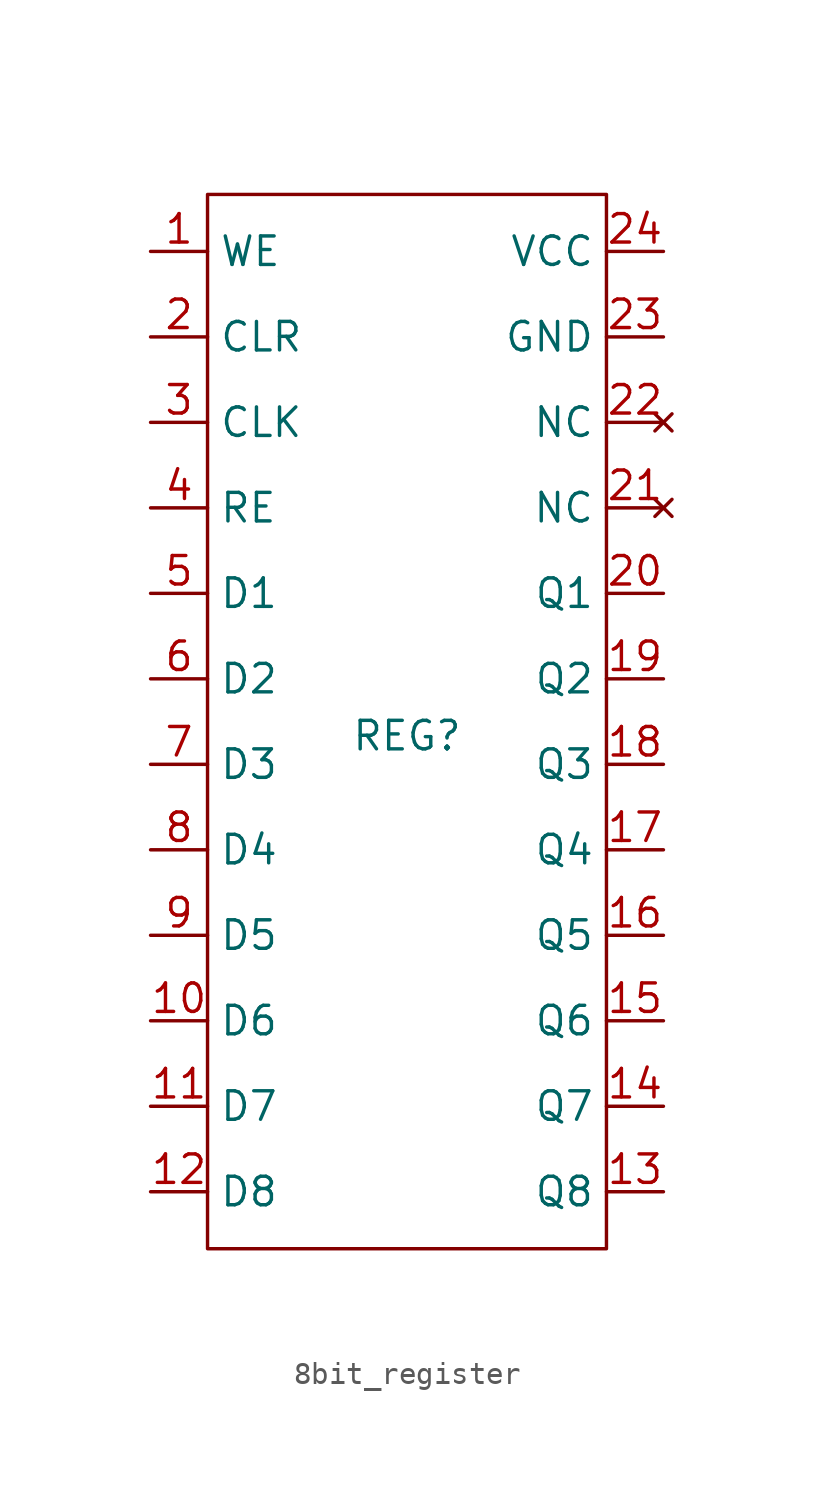
<source format=kicad_sym>
(kicad_symbol_lib
  (version 20241209)
  (generator "kicad_symbol_editor")
  (generator_version "9.0")
  (symbol "8bit_register"
    (property "Reference" "REG"
      (at 0 0 0)
      (effects (font (size 1.27 1.27))))
    (property "Value" ""
      (at 0 0 0)
      (effects (font (size 1.27 1.27))))
    (symbol "8bit_register_0_1"
      (rectangle (start -8.89 24.13) (end 8.89 -22.86) (stroke (width 0) (type default)) (fill (type none))))
    (symbol "8bit_register_1_1"
      (pin input line (at -11.43 21.59 0) (length 2.54) (name "WE" (effects (font (size 1.27 1.27)))) (number "1" (effects (font (size 1.27 1.27)))))
      (pin input line (at -11.43 17.78 0) (length 2.54) (name "CLR" (effects (font (size 1.27 1.27)))) (number "2" (effects (font (size 1.27 1.27)))))
      (pin input line (at -11.43 13.97 0) (length 2.54) (name "CLK" (effects (font (size 1.27 1.27)))) (number "3" (effects (font (size 1.27 1.27)))))
      (pin input line (at -11.43 10.16 0) (length 2.54) (name "RE" (effects (font (size 1.27 1.27)))) (number "4" (effects (font (size 1.27 1.27)))))
      (pin input line (at -11.43 6.35 0) (length 2.54) (name "D1" (effects (font (size 1.27 1.27)))) (number "5" (effects (font (size 1.27 1.27)))))
      (pin input line (at -11.43 2.54 0) (length 2.54) (name "D2" (effects (font (size 1.27 1.27)))) (number "6" (effects (font (size 1.27 1.27)))))
      (pin input line (at -11.43 -1.27 0) (length 2.54) (name "D3" (effects (font (size 1.27 1.27)))) (number "7" (effects (font (size 1.27 1.27)))))
      (pin input line (at -11.43 -5.08 0) (length 2.54) (name "D4" (effects (font (size 1.27 1.27)))) (number "8" (effects (font (size 1.27 1.27)))))
      (pin input line (at -11.43 -8.89 0) (length 2.54) (name "D5" (effects (font (size 1.27 1.27)))) (number "9" (effects (font (size 1.27 1.27)))))
      (pin input line (at -11.43 -12.7 0) (length 2.54) (name "D6" (effects (font (size 1.27 1.27)))) (number "10" (effects (font (size 1.27 1.27)))))
      (pin input line (at -11.43 -16.51 0) (length 2.54) (name "D7" (effects (font (size 1.27 1.27)))) (number "11" (effects (font (size 1.27 1.27)))))
      (pin input line (at -11.43 -20.32 0) (length 2.54) (name "D8" (effects (font (size 1.27 1.27)))) (number "12" (effects (font (size 1.27 1.27)))))
      (pin power_in line (at 11.43 21.59 180) (length 2.54) (name "VCC" (effects (font (size 1.27 1.27)))) (number "24" (effects (font (size 1.27 1.27)))))
      (pin power_out line (at 11.43 17.78 180) (length 2.54) (name "GND" (effects (font (size 1.27 1.27)))) (number "23" (effects (font (size 1.27 1.27)))))
      (pin no_connect line (at 11.43 13.97 180) (length 2.54) (name "NC" (effects (font (size 1.27 1.27)))) (number "22" (effects (font (size 1.27 1.27)))))
      (pin no_connect line (at 11.43 10.16 180) (length 2.54) (name "NC" (effects (font (size 1.27 1.27)))) (number "21" (effects (font (size 1.27 1.27)))))
      (pin tri_state line (at 11.43 6.35 180) (length 2.54) (name "Q1" (effects (font (size 1.27 1.27)))) (number "20" (effects (font (size 1.27 1.27)))))
      (pin tri_state line (at 11.43 2.54 180) (length 2.54) (name "Q2" (effects (font (size 1.27 1.27)))) (number "19" (effects (font (size 1.27 1.27)))))
      (pin tri_state line (at 11.43 -1.27 180) (length 2.54) (name "Q3" (effects (font (size 1.27 1.27)))) (number "18" (effects (font (size 1.27 1.27)))))
      (pin tri_state line (at 11.43 -5.08 180) (length 2.54) (name "Q4" (effects (font (size 1.27 1.27)))) (number "17" (effects (font (size 1.27 1.27)))))
      (pin tri_state line (at 11.43 -8.89 180) (length 2.54) (name "Q5" (effects (font (size 1.27 1.27)))) (number "16" (effects (font (size 1.27 1.27)))))
      (pin tri_state line (at 11.43 -12.7 180) (length 2.54) (name "Q6" (effects (font (size 1.27 1.27)))) (number "15" (effects (font (size 1.27 1.27)))))
      (pin tri_state line (at 11.43 -16.51 180) (length 2.54) (name "Q7" (effects (font (size 1.27 1.27)))) (number "14" (effects (font (size 1.27 1.27)))))
      (pin tri_state line (at 11.43 -20.32 180) (length 2.54) (name "Q8" (effects (font (size 1.27 1.27)))) (number "13" (effects (font (size 1.27 1.27))))))))
</source>
